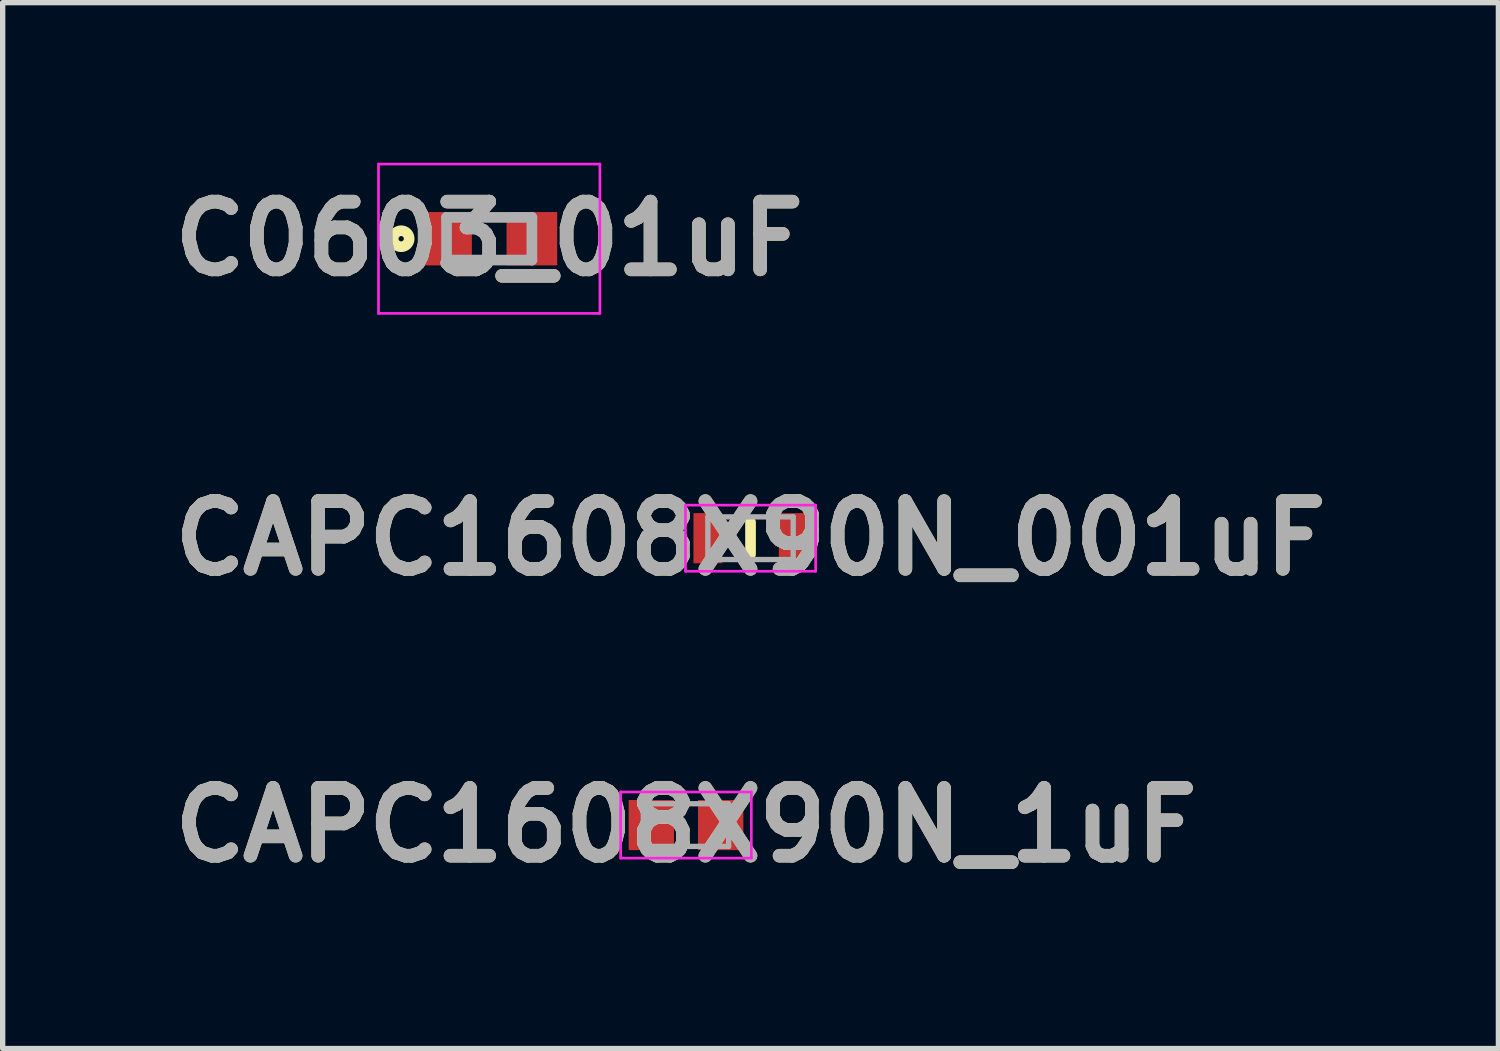
<source format=kicad_pcb>
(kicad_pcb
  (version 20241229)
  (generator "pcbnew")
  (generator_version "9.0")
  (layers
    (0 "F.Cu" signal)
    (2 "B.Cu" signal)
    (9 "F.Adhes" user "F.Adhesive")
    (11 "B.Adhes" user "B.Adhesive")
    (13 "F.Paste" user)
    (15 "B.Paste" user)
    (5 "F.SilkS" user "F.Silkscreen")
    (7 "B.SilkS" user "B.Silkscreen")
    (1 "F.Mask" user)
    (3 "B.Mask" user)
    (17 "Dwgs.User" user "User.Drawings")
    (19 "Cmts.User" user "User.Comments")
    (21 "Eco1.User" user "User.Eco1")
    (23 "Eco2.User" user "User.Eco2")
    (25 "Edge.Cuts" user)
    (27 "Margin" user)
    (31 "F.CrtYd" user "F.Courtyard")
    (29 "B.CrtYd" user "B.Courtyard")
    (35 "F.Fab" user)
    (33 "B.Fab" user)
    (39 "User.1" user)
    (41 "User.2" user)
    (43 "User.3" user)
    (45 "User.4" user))
  (footprint "C0603_01uF"
    (layer "F.Cu")
    (at 6.12 1.425)
    (property "Reference" "C0603_01uF" (at 0 0 0) (layer "F.SilkS") (effects (font (size 1.27 1.27) (thickness 0.254))))
    (attr smd)
    (fp_circle (center -1.65 0) (end -1.65 0.05) (stroke (width 0.2) (type solid)) (fill no) (layer "F.SilkS"))
    (fp_line (start -2.075 -1.4) (end 2.075 -1.4) (stroke (width 0.05) (type solid)) (layer "F.CrtYd"))
    (fp_line (start -2.075 1.4) (end -2.075 -1.4) (stroke (width 0.05) (type solid)) (layer "F.CrtYd"))
    (fp_line (start 2.075 -1.4) (end 2.075 1.4) (stroke (width 0.05) (type solid)) (layer "F.CrtYd"))
    (fp_line (start 2.075 1.4) (end -2.075 1.4) (stroke (width 0.05) (type solid)) (layer "F.CrtYd"))
    (fp_line (start -0.8 -0.4) (end 0.8 -0.4) (stroke (width 0.2) (type solid)) (layer "F.Fab"))
    (fp_line (start -0.8 0.4) (end -0.8 -0.4) (stroke (width 0.2) (type solid)) (layer "F.Fab"))
    (fp_line (start 0.8 -0.4) (end 0.8 0.4) (stroke (width 0.2) (type solid)) (layer "F.Fab"))
    (fp_line (start 0.8 0.4) (end -0.8 0.4) (stroke (width 0.2) (type solid)) (layer "F.Fab"))
    (fp_text user "${REFERENCE}" (at 0 0 0) (layer "F.Fab") (effects (font (size 1.27 1.27) (thickness 0.254))))
    (pad "1" smd rect (at -0.8 0) (size 0.95 1) (layers "F.Cu" "F.Mask" "F.Paste"))
    (pad "2" smd rect (at 0.8 0) (size 0.95 1) (layers "F.Cu" "F.Mask" "F.Paste")))
  (footprint "CAPC1608X90N_1uF"
    (layer "F.Cu")
    (at 9.809 12.416)
    (property "Reference" "CAPC1608X90N_1uF" (at 0 0 0) (layer "F.SilkS") (effects (font (size 1.27 1.27) (thickness 0.254))))
    (attr smd)
    (fp_line (start -1.225 -0.62) (end 1.225 -0.62) (stroke (width 0.05) (type solid)) (layer "F.CrtYd"))
    (fp_line (start -1.225 0.62) (end -1.225 -0.62) (stroke (width 0.05) (type solid)) (layer "F.CrtYd"))
    (fp_line (start 1.225 -0.62) (end 1.225 0.62) (stroke (width 0.05) (type solid)) (layer "F.CrtYd"))
    (fp_line (start 1.225 0.62) (end -1.225 0.62) (stroke (width 0.05) (type solid)) (layer "F.CrtYd"))
    (fp_line (start -0.8 -0.4) (end 0.8 -0.4) (stroke (width 0.1) (type solid)) (layer "F.Fab"))
    (fp_line (start -0.8 0.4) (end -0.8 -0.4) (stroke (width 0.1) (type solid)) (layer "F.Fab"))
    (fp_line (start 0.8 -0.4) (end 0.8 0.4) (stroke (width 0.1) (type solid)) (layer "F.Fab"))
    (fp_line (start 0.8 0.4) (end -0.8 0.4) (stroke (width 0.1) (type solid)) (layer "F.Fab"))
    (fp_text user "${REFERENCE}" (at 0 0 0) (layer "F.Fab") (effects (font (size 1.27 1.27) (thickness 0.254))))
    (pad "1" smd rect (at -0.65 0) (size 0.85 0.94) (layers "F.Cu" "F.Mask" "F.Paste"))
    (pad "2" smd rect (at 0.65 0) (size 0.85 0.94) (layers "F.Cu" "F.Mask" "F.Paste")))
  (footprint "CAPC1608X90N_001uF"
    (layer "F.Cu")
    (at 11.019 7.039)
    (property "Reference" "CAPC1608X90N_001uF" (at 0 0 0) (layer "F.SilkS") (effects (font (size 1.27 1.27) (thickness 0.254))))
    (attr smd)
    (fp_line (start 0 -0.3) (end 0 0.3) (stroke (width 0.2) (type solid)) (layer "F.SilkS"))
    (fp_line (start -1.22 -0.62) (end 1.22 -0.62) (stroke (width 0.05) (type solid)) (layer "F.CrtYd"))
    (fp_line (start -1.22 0.62) (end -1.22 -0.62) (stroke (width 0.05) (type solid)) (layer "F.CrtYd"))
    (fp_line (start 1.22 -0.62) (end 1.22 0.62) (stroke (width 0.05) (type solid)) (layer "F.CrtYd"))
    (fp_line (start 1.22 0.62) (end -1.22 0.62) (stroke (width 0.05) (type solid)) (layer "F.CrtYd"))
    (fp_line (start -0.8 -0.4) (end 0.8 -0.4) (stroke (width 0.1) (type solid)) (layer "F.Fab"))
    (fp_line (start -0.8 0.4) (end -0.8 -0.4) (stroke (width 0.1) (type solid)) (layer "F.Fab"))
    (fp_line (start 0.8 -0.4) (end 0.8 0.4) (stroke (width 0.1) (type solid)) (layer "F.Fab"))
    (fp_line (start 0.8 0.4) (end -0.8 0.4) (stroke (width 0.1) (type solid)) (layer "F.Fab"))
    (fp_text user "${REFERENCE}" (at 0 0 0) (layer "F.Fab") (effects (font (size 1.27 1.27) (thickness 0.254))))
    (pad "1" smd rect (at -0.8 0) (size 0.54 0.94) (layers "F.Cu" "F.Mask" "F.Paste"))
    (pad "2" smd rect (at 0.8 0) (size 0.54 0.94) (layers "F.Cu" "F.Mask" "F.Paste")))
  (gr_rect
    (start -3 -3)
    (end 25.038 16.605)
    (stroke (width 0.1) (type default))
    (fill no)
    (layer "Edge.Cuts")))
</source>
